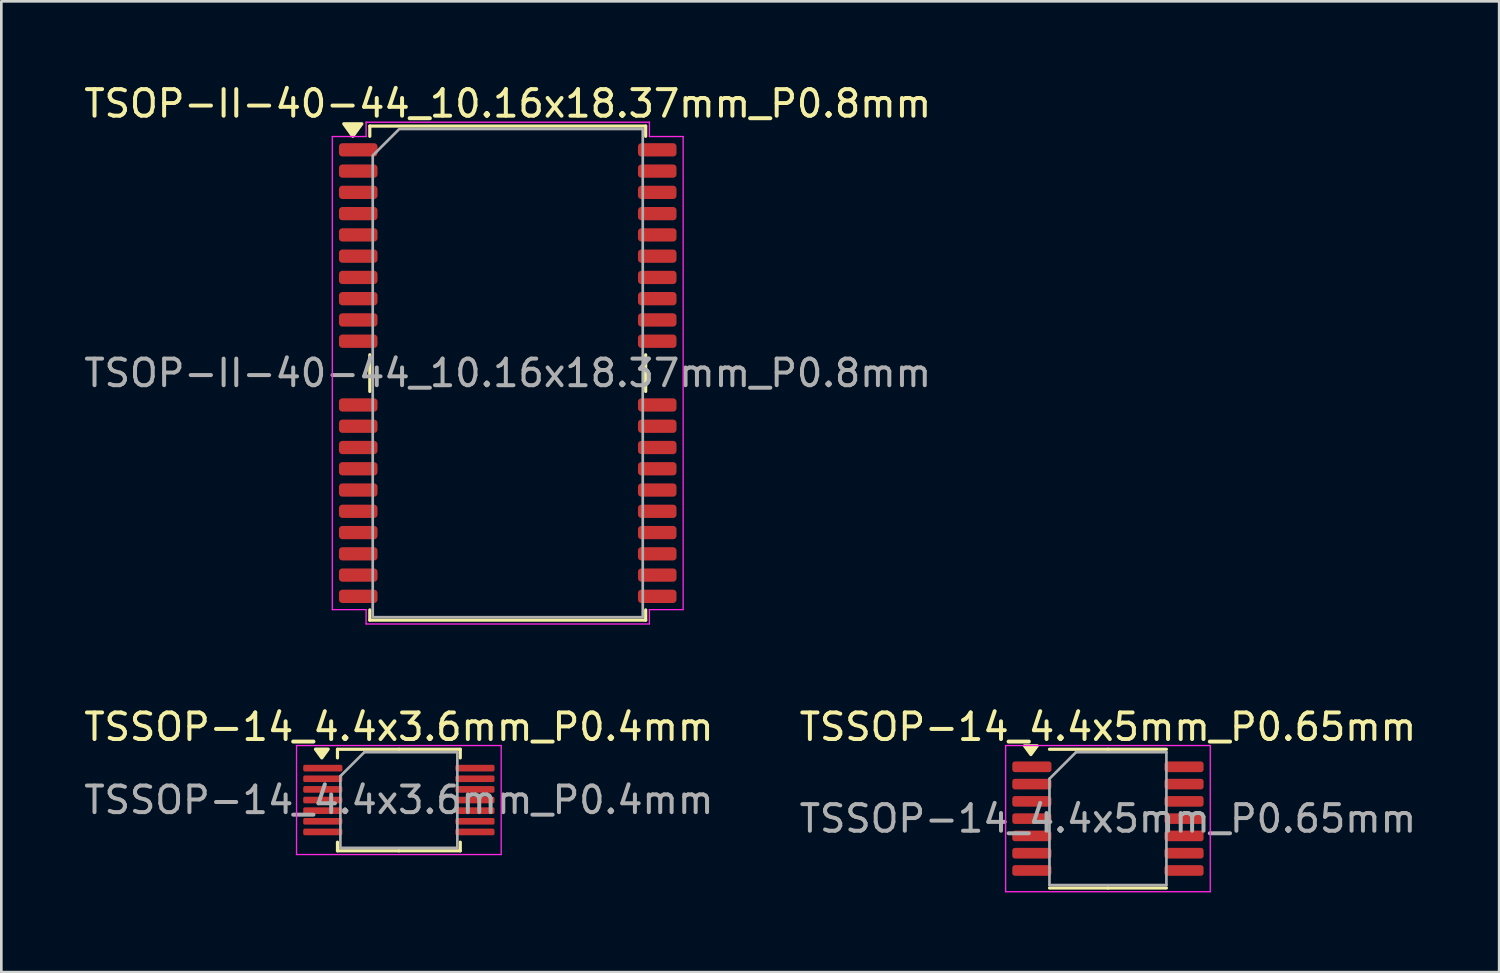
<source format=kicad_pcb>
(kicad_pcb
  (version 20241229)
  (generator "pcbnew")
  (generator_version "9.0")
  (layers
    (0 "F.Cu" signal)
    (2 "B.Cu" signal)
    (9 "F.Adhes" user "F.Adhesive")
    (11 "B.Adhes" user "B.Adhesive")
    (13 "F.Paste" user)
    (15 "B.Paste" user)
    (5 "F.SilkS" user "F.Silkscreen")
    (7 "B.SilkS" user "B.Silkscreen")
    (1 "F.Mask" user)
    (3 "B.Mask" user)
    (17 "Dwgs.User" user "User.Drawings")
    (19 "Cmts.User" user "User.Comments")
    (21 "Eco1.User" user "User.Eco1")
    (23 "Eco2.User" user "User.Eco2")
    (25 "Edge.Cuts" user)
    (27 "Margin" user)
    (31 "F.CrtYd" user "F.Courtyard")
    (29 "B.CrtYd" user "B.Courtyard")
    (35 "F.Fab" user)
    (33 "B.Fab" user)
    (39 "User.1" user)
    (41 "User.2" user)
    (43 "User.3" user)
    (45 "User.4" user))
  (footprint "TSSOP-14_4.4x5mm_P0.65mm"
    (layer "F.Cu")
    (at 38.637 27.752)
    (property "Reference" "TSSOP-14_4.4x5mm_P0.65mm" (at 0 -3.45 0) (layer "F.SilkS") (effects (font (size 1 1) (thickness 0.15))))
    (attr smd)
    (fp_line (start 0 -2.61) (end -2.2 -2.61) (stroke (width 0.12) (type solid)) (layer "F.SilkS"))
    (fp_line (start 0 -2.61) (end 2.2 -2.61) (stroke (width 0.12) (type solid)) (layer "F.SilkS"))
    (fp_line (start 0 2.61) (end -2.2 2.61) (stroke (width 0.12) (type solid)) (layer "F.SilkS"))
    (fp_line (start 0 2.61) (end 2.2 2.61) (stroke (width 0.12) (type solid)) (layer "F.SilkS"))
    (fp_poly (pts (xy -2.9 -2.41) (xy -3.14 -2.74) (xy -2.66 -2.74) (xy -2.9 -2.41)) (stroke (width 0.12) (type solid)) (fill yes) (layer "F.SilkS"))
    (fp_line (start -3.85 -2.75) (end -3.85 2.75) (stroke (width 0.05) (type solid)) (layer "F.CrtYd"))
    (fp_line (start -3.85 2.75) (end 3.85 2.75) (stroke (width 0.05) (type solid)) (layer "F.CrtYd"))
    (fp_line (start 3.85 -2.75) (end -3.85 -2.75) (stroke (width 0.05) (type solid)) (layer "F.CrtYd"))
    (fp_line (start 3.85 2.75) (end 3.85 -2.75) (stroke (width 0.05) (type solid)) (layer "F.CrtYd"))
    (fp_line (start -2.2 -1.5) (end -1.2 -2.5) (stroke (width 0.1) (type solid)) (layer "F.Fab"))
    (fp_line (start -2.2 2.5) (end -2.2 -1.5) (stroke (width 0.1) (type solid)) (layer "F.Fab"))
    (fp_line (start -1.2 -2.5) (end 2.2 -2.5) (stroke (width 0.1) (type solid)) (layer "F.Fab"))
    (fp_line (start 2.2 -2.5) (end 2.2 2.5) (stroke (width 0.1) (type solid)) (layer "F.Fab"))
    (fp_line (start 2.2 2.5) (end -2.2 2.5) (stroke (width 0.1) (type solid)) (layer "F.Fab"))
    (fp_text user "${REFERENCE}" (at 0 0 0) (layer "F.Fab") (effects (font (size 1 1) (thickness 0.15))))
    (pad "1" smd roundrect (at -2.862 -1.95) (size 1.475 0.4) (layers "F.Cu" "F.Mask" "F.Paste") (roundrect_rratio 0.25))
    (pad "2" smd roundrect (at -2.862 -1.3) (size 1.475 0.4) (layers "F.Cu" "F.Mask" "F.Paste") (roundrect_rratio 0.25))
    (pad "3" smd roundrect (at -2.862 -0.65) (size 1.475 0.4) (layers "F.Cu" "F.Mask" "F.Paste") (roundrect_rratio 0.25))
    (pad "4" smd roundrect (at -2.862 0) (size 1.475 0.4) (layers "F.Cu" "F.Mask" "F.Paste") (roundrect_rratio 0.25))
    (pad "5" smd roundrect (at -2.862 0.65) (size 1.475 0.4) (layers "F.Cu" "F.Mask" "F.Paste") (roundrect_rratio 0.25))
    (pad "6" smd roundrect (at -2.862 1.3) (size 1.475 0.4) (layers "F.Cu" "F.Mask" "F.Paste") (roundrect_rratio 0.25))
    (pad "7" smd roundrect (at -2.862 1.95) (size 1.475 0.4) (layers "F.Cu" "F.Mask" "F.Paste") (roundrect_rratio 0.25))
    (pad "8" smd roundrect (at 2.862 1.95) (size 1.475 0.4) (layers "F.Cu" "F.Mask" "F.Paste") (roundrect_rratio 0.25))
    (pad "9" smd roundrect (at 2.862 1.3) (size 1.475 0.4) (layers "F.Cu" "F.Mask" "F.Paste") (roundrect_rratio 0.25))
    (pad "10" smd roundrect (at 2.862 0.65) (size 1.475 0.4) (layers "F.Cu" "F.Mask" "F.Paste") (roundrect_rratio 0.25))
    (pad "11" smd roundrect (at 2.862 0) (size 1.475 0.4) (layers "F.Cu" "F.Mask" "F.Paste") (roundrect_rratio 0.25))
    (pad "12" smd roundrect (at 2.862 -0.65) (size 1.475 0.4) (layers "F.Cu" "F.Mask" "F.Paste") (roundrect_rratio 0.25))
    (pad "13" smd roundrect (at 2.862 -1.3) (size 1.475 0.4) (layers "F.Cu" "F.Mask" "F.Paste") (roundrect_rratio 0.25))
    (pad "14" smd roundrect (at 2.862 -1.95) (size 1.475 0.4) (layers "F.Cu" "F.Mask" "F.Paste") (roundrect_rratio 0.25)))
  (footprint "TSSOP-14_4.4x3.6mm_P0.4mm"
    (layer "F.Cu")
    (at 11.958 27.052)
    (property "Reference" "TSSOP-14_4.4x3.6mm_P0.4mm" (at 0 -2.75 0) (layer "F.SilkS") (effects (font (size 1 1) (thickness 0.15))))
    (attr smd)
    (fp_line (start -2.31 -1.91) (end -2.31 -1.585) (stroke (width 0.12) (type solid)) (layer "F.SilkS"))
    (fp_line (start -2.31 1.91) (end -2.31 1.585) (stroke (width 0.12) (type solid)) (layer "F.SilkS"))
    (fp_line (start 0 -1.91) (end -2.31 -1.91) (stroke (width 0.12) (type solid)) (layer "F.SilkS"))
    (fp_line (start 0 -1.91) (end 2.31 -1.91) (stroke (width 0.12) (type solid)) (layer "F.SilkS"))
    (fp_line (start 0 1.91) (end -2.31 1.91) (stroke (width 0.12) (type solid)) (layer "F.SilkS"))
    (fp_line (start 0 1.91) (end 2.31 1.91) (stroke (width 0.12) (type solid)) (layer "F.SilkS"))
    (fp_line (start 2.31 -1.91) (end 2.31 -1.585) (stroke (width 0.12) (type solid)) (layer "F.SilkS"))
    (fp_line (start 2.31 1.91) (end 2.31 1.585) (stroke (width 0.12) (type solid)) (layer "F.SilkS"))
    (fp_poly (pts (xy -2.9 -1.585) (xy -3.14 -1.915) (xy -2.66 -1.915) (xy -2.9 -1.585)) (stroke (width 0.12) (type solid)) (fill yes) (layer "F.SilkS"))
    (fp_line (start -3.85 -2.05) (end -3.85 2.05) (stroke (width 0.05) (type solid)) (layer "F.CrtYd"))
    (fp_line (start -3.85 2.05) (end 3.85 2.05) (stroke (width 0.05) (type solid)) (layer "F.CrtYd"))
    (fp_line (start 3.85 -2.05) (end -3.85 -2.05) (stroke (width 0.05) (type solid)) (layer "F.CrtYd"))
    (fp_line (start 3.85 2.05) (end 3.85 -2.05) (stroke (width 0.05) (type solid)) (layer "F.CrtYd"))
    (fp_line (start -2.2 -0.9) (end -1.3 -1.8) (stroke (width 0.1) (type solid)) (layer "F.Fab"))
    (fp_line (start -2.2 1.8) (end -2.2 -0.9) (stroke (width 0.1) (type solid)) (layer "F.Fab"))
    (fp_line (start -1.3 -1.8) (end 2.2 -1.8) (stroke (width 0.1) (type solid)) (layer "F.Fab"))
    (fp_line (start 2.2 -1.8) (end 2.2 1.8) (stroke (width 0.1) (type solid)) (layer "F.Fab"))
    (fp_line (start 2.2 1.8) (end -2.2 1.8) (stroke (width 0.1) (type solid)) (layer "F.Fab"))
    (fp_text user "${REFERENCE}" (at 0 0 0) (layer "F.Fab") (effects (font (size 1 1) (thickness 0.15))))
    (pad "1" smd roundrect (at -2.862 -1.2) (size 1.475 0.25) (layers "F.Cu" "F.Mask" "F.Paste") (roundrect_rratio 0.25))
    (pad "2" smd roundrect (at -2.862 -0.8) (size 1.475 0.25) (layers "F.Cu" "F.Mask" "F.Paste") (roundrect_rratio 0.25))
    (pad "3" smd roundrect (at -2.862 -0.4) (size 1.475 0.25) (layers "F.Cu" "F.Mask" "F.Paste") (roundrect_rratio 0.25))
    (pad "4" smd roundrect (at -2.862 0) (size 1.475 0.25) (layers "F.Cu" "F.Mask" "F.Paste") (roundrect_rratio 0.25))
    (pad "5" smd roundrect (at -2.862 0.4) (size 1.475 0.25) (layers "F.Cu" "F.Mask" "F.Paste") (roundrect_rratio 0.25))
    (pad "6" smd roundrect (at -2.862 0.8) (size 1.475 0.25) (layers "F.Cu" "F.Mask" "F.Paste") (roundrect_rratio 0.25))
    (pad "7" smd roundrect (at -2.862 1.2) (size 1.475 0.25) (layers "F.Cu" "F.Mask" "F.Paste") (roundrect_rratio 0.25))
    (pad "8" smd roundrect (at 2.862 1.2) (size 1.475 0.25) (layers "F.Cu" "F.Mask" "F.Paste") (roundrect_rratio 0.25))
    (pad "9" smd roundrect (at 2.862 0.8) (size 1.475 0.25) (layers "F.Cu" "F.Mask" "F.Paste") (roundrect_rratio 0.25))
    (pad "10" smd roundrect (at 2.862 0.4) (size 1.475 0.25) (layers "F.Cu" "F.Mask" "F.Paste") (roundrect_rratio 0.25))
    (pad "11" smd roundrect (at 2.862 0) (size 1.475 0.25) (layers "F.Cu" "F.Mask" "F.Paste") (roundrect_rratio 0.25))
    (pad "12" smd roundrect (at 2.862 -0.4) (size 1.475 0.25) (layers "F.Cu" "F.Mask" "F.Paste") (roundrect_rratio 0.25))
    (pad "13" smd roundrect (at 2.862 -0.8) (size 1.475 0.25) (layers "F.Cu" "F.Mask" "F.Paste") (roundrect_rratio 0.25))
    (pad "14" smd roundrect (at 2.862 -1.2) (size 1.475 0.25) (layers "F.Cu" "F.Mask" "F.Paste") (roundrect_rratio 0.25)))
  (footprint "TSOP-II-40-44_10.16x18.37mm_P0.8mm"
    (layer "F.Cu")
    (at 16.054 10.988)
    (property "Reference" "TSOP-II-40-44_10.16x18.37mm_P0.8mm" (at 0 -10.14 0) (layer "F.SilkS") (effects (font (size 1 1) (thickness 0.15))))
    (attr smd)
    (fp_line (start -5.19 -9.295) (end 5.19 -9.295) (stroke (width 0.12) (type solid)) (layer "F.SilkS"))
    (fp_line (start -5.19 -8.91) (end -5.19 -9.295) (stroke (width 0.12) (type solid)) (layer "F.SilkS"))
    (fp_line (start -5.19 0.69) (end -5.19 -0.69) (stroke (width 0.12) (type solid)) (layer "F.SilkS"))
    (fp_line (start -5.19 9.295) (end -5.19 8.91) (stroke (width 0.12) (type solid)) (layer "F.SilkS"))
    (fp_line (start 5.19 -9.295) (end 5.19 -8.91) (stroke (width 0.12) (type solid)) (layer "F.SilkS"))
    (fp_line (start 5.19 -0.69) (end 5.19 0.69) (stroke (width 0.12) (type solid)) (layer "F.SilkS"))
    (fp_line (start 5.19 8.91) (end 5.19 9.295) (stroke (width 0.12) (type solid)) (layer "F.SilkS"))
    (fp_line (start 5.19 9.295) (end -5.19 9.295) (stroke (width 0.12) (type solid)) (layer "F.SilkS"))
    (fp_poly (pts (xy -5.83 -8.91) (xy -6.17 -9.38) (xy -5.49 -9.38)) (stroke (width 0.12) (type solid)) (fill yes) (layer "F.SilkS"))
    (fp_line (start -6.6 -8.9) (end -5.33 -8.9) (stroke (width 0.05) (type solid)) (layer "F.CrtYd"))
    (fp_line (start -6.6 8.9) (end -6.6 -8.9) (stroke (width 0.05) (type solid)) (layer "F.CrtYd"))
    (fp_line (start -5.33 -9.44) (end 5.33 -9.44) (stroke (width 0.05) (type solid)) (layer "F.CrtYd"))
    (fp_line (start -5.33 -8.9) (end -5.33 -9.44) (stroke (width 0.05) (type solid)) (layer "F.CrtYd"))
    (fp_line (start -5.33 8.9) (end -6.6 8.9) (stroke (width 0.05) (type solid)) (layer "F.CrtYd"))
    (fp_line (start -5.33 9.44) (end -5.33 8.9) (stroke (width 0.05) (type solid)) (layer "F.CrtYd"))
    (fp_line (start 5.33 -9.44) (end 5.33 -8.9) (stroke (width 0.05) (type solid)) (layer "F.CrtYd"))
    (fp_line (start 5.33 -8.9) (end 6.6 -8.9) (stroke (width 0.05) (type solid)) (layer "F.CrtYd"))
    (fp_line (start 5.33 8.9) (end 5.33 9.44) (stroke (width 0.05) (type solid)) (layer "F.CrtYd"))
    (fp_line (start 5.33 9.44) (end -5.33 9.44) (stroke (width 0.05) (type solid)) (layer "F.CrtYd"))
    (fp_line (start 6.6 -8.9) (end 6.6 8.9) (stroke (width 0.05) (type solid)) (layer "F.CrtYd"))
    (fp_line (start 6.6 8.9) (end 5.33 8.9) (stroke (width 0.05) (type solid)) (layer "F.CrtYd"))
    (fp_poly (pts (xy -4.08 -9.185) (xy 5.08 -9.185) (xy 5.08 9.185) (xy -5.08 9.185) (xy -5.08 -8.185)) (stroke (width 0.1) (type solid)) (fill no) (layer "F.Fab"))
    (fp_text user "${REFERENCE}" (at 0 0 0) (layer "F.Fab") (effects (font (size 1 1) (thickness 0.15))))
    (pad "1" smd roundrect (at -5.625 -8.4) (size 1.45 0.5) (layers "F.Cu" "F.Mask" "F.Paste") (roundrect_rratio 0.25))
    (pad "2" smd roundrect (at -5.625 -7.6) (size 1.45 0.5) (layers "F.Cu" "F.Mask" "F.Paste") (roundrect_rratio 0.25))
    (pad "3" smd roundrect (at -5.625 -6.8) (size 1.45 0.5) (layers "F.Cu" "F.Mask" "F.Paste") (roundrect_rratio 0.25))
    (pad "4" smd roundrect (at -5.625 -6) (size 1.45 0.5) (layers "F.Cu" "F.Mask" "F.Paste") (roundrect_rratio 0.25))
    (pad "5" smd roundrect (at -5.625 -5.2) (size 1.45 0.5) (layers "F.Cu" "F.Mask" "F.Paste") (roundrect_rratio 0.25))
    (pad "6" smd roundrect (at -5.625 -4.4) (size 1.45 0.5) (layers "F.Cu" "F.Mask" "F.Paste") (roundrect_rratio 0.25))
    (pad "7" smd roundrect (at -5.625 -3.6) (size 1.45 0.5) (layers "F.Cu" "F.Mask" "F.Paste") (roundrect_rratio 0.25))
    (pad "8" smd roundrect (at -5.625 -2.8) (size 1.45 0.5) (layers "F.Cu" "F.Mask" "F.Paste") (roundrect_rratio 0.25))
    (pad "9" smd roundrect (at -5.625 -2) (size 1.45 0.5) (layers "F.Cu" "F.Mask" "F.Paste") (roundrect_rratio 0.25))
    (pad "10" smd roundrect (at -5.625 -1.2) (size 1.45 0.5) (layers "F.Cu" "F.Mask" "F.Paste") (roundrect_rratio 0.25))
    (pad "13" smd roundrect (at -5.625 1.2) (size 1.45 0.5) (layers "F.Cu" "F.Mask" "F.Paste") (roundrect_rratio 0.25))
    (pad "14" smd roundrect (at -5.625 2) (size 1.45 0.5) (layers "F.Cu" "F.Mask" "F.Paste") (roundrect_rratio 0.25))
    (pad "15" smd roundrect (at -5.625 2.8) (size 1.45 0.5) (layers "F.Cu" "F.Mask" "F.Paste") (roundrect_rratio 0.25))
    (pad "16" smd roundrect (at -5.625 3.6) (size 1.45 0.5) (layers "F.Cu" "F.Mask" "F.Paste") (roundrect_rratio 0.25))
    (pad "17" smd roundrect (at -5.625 4.4) (size 1.45 0.5) (layers "F.Cu" "F.Mask" "F.Paste") (roundrect_rratio 0.25))
    (pad "18" smd roundrect (at -5.625 5.2) (size 1.45 0.5) (layers "F.Cu" "F.Mask" "F.Paste") (roundrect_rratio 0.25))
    (pad "19" smd roundrect (at -5.625 6) (size 1.45 0.5) (layers "F.Cu" "F.Mask" "F.Paste") (roundrect_rratio 0.25))
    (pad "20" smd roundrect (at -5.625 6.8) (size 1.45 0.5) (layers "F.Cu" "F.Mask" "F.Paste") (roundrect_rratio 0.25))
    (pad "21" smd roundrect (at -5.625 7.6) (size 1.45 0.5) (layers "F.Cu" "F.Mask" "F.Paste") (roundrect_rratio 0.25))
    (pad "22" smd roundrect (at -5.625 8.4) (size 1.45 0.5) (layers "F.Cu" "F.Mask" "F.Paste") (roundrect_rratio 0.25))
    (pad "23" smd roundrect (at 5.625 8.4) (size 1.45 0.5) (layers "F.Cu" "F.Mask" "F.Paste") (roundrect_rratio 0.25))
    (pad "24" smd roundrect (at 5.625 7.6) (size 1.45 0.5) (layers "F.Cu" "F.Mask" "F.Paste") (roundrect_rratio 0.25))
    (pad "25" smd roundrect (at 5.625 6.8) (size 1.45 0.5) (layers "F.Cu" "F.Mask" "F.Paste") (roundrect_rratio 0.25))
    (pad "26" smd roundrect (at 5.625 6) (size 1.45 0.5) (layers "F.Cu" "F.Mask" "F.Paste") (roundrect_rratio 0.25))
    (pad "27" smd roundrect (at 5.625 5.2) (size 1.45 0.5) (layers "F.Cu" "F.Mask" "F.Paste") (roundrect_rratio 0.25))
    (pad "28" smd roundrect (at 5.625 4.4) (size 1.45 0.5) (layers "F.Cu" "F.Mask" "F.Paste") (roundrect_rratio 0.25))
    (pad "29" smd roundrect (at 5.625 3.6) (size 1.45 0.5) (layers "F.Cu" "F.Mask" "F.Paste") (roundrect_rratio 0.25))
    (pad "30" smd roundrect (at 5.625 2.8) (size 1.45 0.5) (layers "F.Cu" "F.Mask" "F.Paste") (roundrect_rratio 0.25))
    (pad "31" smd roundrect (at 5.625 2) (size 1.45 0.5) (layers "F.Cu" "F.Mask" "F.Paste") (roundrect_rratio 0.25))
    (pad "32" smd roundrect (at 5.625 1.2) (size 1.45 0.5) (layers "F.Cu" "F.Mask" "F.Paste") (roundrect_rratio 0.25))
    (pad "35" smd roundrect (at 5.625 -1.2) (size 1.45 0.5) (layers "F.Cu" "F.Mask" "F.Paste") (roundrect_rratio 0.25))
    (pad "36" smd roundrect (at 5.625 -2) (size 1.45 0.5) (layers "F.Cu" "F.Mask" "F.Paste") (roundrect_rratio 0.25))
    (pad "37" smd roundrect (at 5.625 -2.8) (size 1.45 0.5) (layers "F.Cu" "F.Mask" "F.Paste") (roundrect_rratio 0.25))
    (pad "38" smd roundrect (at 5.625 -3.6) (size 1.45 0.5) (layers "F.Cu" "F.Mask" "F.Paste") (roundrect_rratio 0.25))
    (pad "39" smd roundrect (at 5.625 -4.4) (size 1.45 0.5) (layers "F.Cu" "F.Mask" "F.Paste") (roundrect_rratio 0.25))
    (pad "40" smd roundrect (at 5.625 -5.2) (size 1.45 0.5) (layers "F.Cu" "F.Mask" "F.Paste") (roundrect_rratio 0.25))
    (pad "41" smd roundrect (at 5.625 -6) (size 1.45 0.5) (layers "F.Cu" "F.Mask" "F.Paste") (roundrect_rratio 0.25))
    (pad "42" smd roundrect (at 5.625 -6.8) (size 1.45 0.5) (layers "F.Cu" "F.Mask" "F.Paste") (roundrect_rratio 0.25))
    (pad "43" smd roundrect (at 5.625 -7.6) (size 1.45 0.5) (layers "F.Cu" "F.Mask" "F.Paste") (roundrect_rratio 0.25))
    (pad "44" smd roundrect (at 5.625 -8.4) (size 1.45 0.5) (layers "F.Cu" "F.Mask" "F.Paste") (roundrect_rratio 0.25)))
  (gr_rect
    (start -3 -3)
    (end 53.357 33.526)
    (stroke (width 0.1) (type default))
    (fill no)
    (layer "Edge.Cuts")))
</source>
